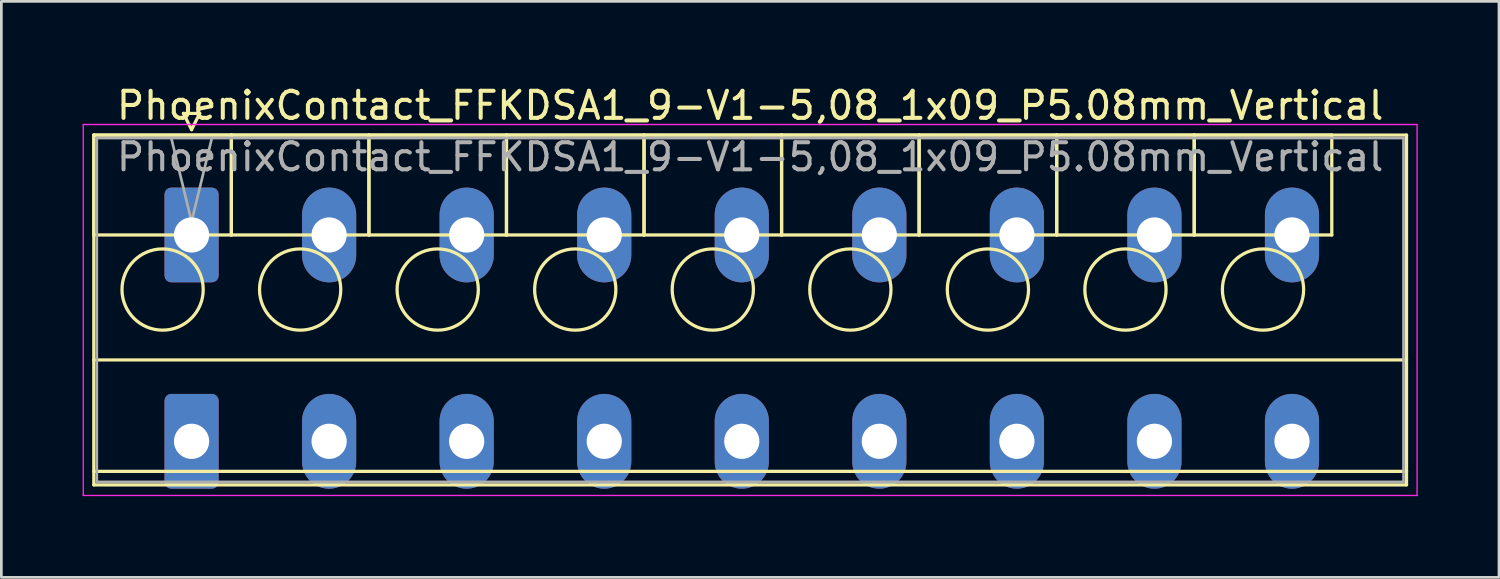
<source format=kicad_pcb>
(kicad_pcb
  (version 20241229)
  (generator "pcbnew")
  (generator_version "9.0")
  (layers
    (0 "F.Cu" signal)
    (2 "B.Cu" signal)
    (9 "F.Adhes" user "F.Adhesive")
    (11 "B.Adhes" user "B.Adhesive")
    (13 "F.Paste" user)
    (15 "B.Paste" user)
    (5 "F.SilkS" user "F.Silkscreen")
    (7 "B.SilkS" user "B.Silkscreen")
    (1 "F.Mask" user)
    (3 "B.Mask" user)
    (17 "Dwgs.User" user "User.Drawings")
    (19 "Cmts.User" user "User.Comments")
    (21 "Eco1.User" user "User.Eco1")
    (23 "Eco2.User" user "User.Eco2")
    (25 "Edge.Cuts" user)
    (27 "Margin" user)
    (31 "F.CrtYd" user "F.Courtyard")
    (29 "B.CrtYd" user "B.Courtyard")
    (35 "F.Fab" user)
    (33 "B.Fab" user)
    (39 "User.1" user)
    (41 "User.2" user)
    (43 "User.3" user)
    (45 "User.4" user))
  (footprint "PhoenixContact_FFKDSA1_9-V1-5,08_1x09_P5.08mm_Vertical"
    (layer "F.Cu")
    (at 4.025 5.628)
    (property "Reference" "PhoenixContact_FFKDSA1_9-V1-5,08_1x09_P5.08mm_Vertical" (at 20.63 -4.78 0) (layer "F.SilkS") (effects (font (size 1 1) (thickness 0.15))))
    (attr through_hole)
    (fp_line (start -3.61 -3.69) (end -3.61 0) (stroke (width 0.12) (type solid)) (layer "F.SilkS"))
    (fp_line (start -3.61 -3.69) (end -3.61 9.23) (stroke (width 0.12) (type solid)) (layer "F.SilkS"))
    (fp_line (start -3.61 0) (end 1.47 0) (stroke (width 0.12) (type solid)) (layer "F.SilkS"))
    (fp_line (start -3.61 4.615) (end 44.87 4.615) (stroke (width 0.12) (type solid)) (layer "F.SilkS"))
    (fp_line (start -3.61 8.73) (end 44.87 8.73) (stroke (width 0.12) (type solid)) (layer "F.SilkS"))
    (fp_line (start -3.61 9.23) (end 44.87 9.23) (stroke (width 0.12) (type solid)) (layer "F.SilkS"))
    (fp_line (start -0.3 -4.49) (end 0.3 -4.49) (stroke (width 0.12) (type solid)) (layer "F.SilkS"))
    (fp_line (start 0 -3.89) (end -0.3 -4.49) (stroke (width 0.12) (type solid)) (layer "F.SilkS"))
    (fp_line (start 0.3 -4.49) (end 0 -3.89) (stroke (width 0.12) (type solid)) (layer "F.SilkS"))
    (fp_line (start 1.47 -3.69) (end -3.61 -3.69) (stroke (width 0.12) (type solid)) (layer "F.SilkS"))
    (fp_line (start 1.47 -3.69) (end 1.47 0) (stroke (width 0.12) (type solid)) (layer "F.SilkS"))
    (fp_line (start 1.47 0) (end 1.47 -3.69) (stroke (width 0.12) (type solid)) (layer "F.SilkS"))
    (fp_line (start 1.47 0) (end 6.55 0) (stroke (width 0.12) (type solid)) (layer "F.SilkS"))
    (fp_line (start 6.55 -3.69) (end 1.47 -3.69) (stroke (width 0.12) (type solid)) (layer "F.SilkS"))
    (fp_line (start 6.55 -3.69) (end 6.55 0) (stroke (width 0.12) (type solid)) (layer "F.SilkS"))
    (fp_line (start 6.55 0) (end 6.55 -3.69) (stroke (width 0.12) (type solid)) (layer "F.SilkS"))
    (fp_line (start 6.55 0) (end 11.63 0) (stroke (width 0.12) (type solid)) (layer "F.SilkS"))
    (fp_line (start 11.63 -3.69) (end 6.55 -3.69) (stroke (width 0.12) (type solid)) (layer "F.SilkS"))
    (fp_line (start 11.63 -3.69) (end 11.63 0) (stroke (width 0.12) (type solid)) (layer "F.SilkS"))
    (fp_line (start 11.63 0) (end 11.63 -3.69) (stroke (width 0.12) (type solid)) (layer "F.SilkS"))
    (fp_line (start 11.63 0) (end 16.71 0) (stroke (width 0.12) (type solid)) (layer "F.SilkS"))
    (fp_line (start 16.71 -3.69) (end 11.63 -3.69) (stroke (width 0.12) (type solid)) (layer "F.SilkS"))
    (fp_line (start 16.71 -3.69) (end 16.71 0) (stroke (width 0.12) (type solid)) (layer "F.SilkS"))
    (fp_line (start 16.71 0) (end 16.71 -3.69) (stroke (width 0.12) (type solid)) (layer "F.SilkS"))
    (fp_line (start 16.71 0) (end 21.79 0) (stroke (width 0.12) (type solid)) (layer "F.SilkS"))
    (fp_line (start 21.79 -3.69) (end 16.71 -3.69) (stroke (width 0.12) (type solid)) (layer "F.SilkS"))
    (fp_line (start 21.79 -3.69) (end 21.79 0) (stroke (width 0.12) (type solid)) (layer "F.SilkS"))
    (fp_line (start 21.79 0) (end 21.79 -3.69) (stroke (width 0.12) (type solid)) (layer "F.SilkS"))
    (fp_line (start 21.79 0) (end 26.87 0) (stroke (width 0.12) (type solid)) (layer "F.SilkS"))
    (fp_line (start 26.87 -3.69) (end 21.79 -3.69) (stroke (width 0.12) (type solid)) (layer "F.SilkS"))
    (fp_line (start 26.87 -3.69) (end 26.87 0) (stroke (width 0.12) (type solid)) (layer "F.SilkS"))
    (fp_line (start 26.87 0) (end 26.87 -3.69) (stroke (width 0.12) (type solid)) (layer "F.SilkS"))
    (fp_line (start 26.87 0) (end 31.95 0) (stroke (width 0.12) (type solid)) (layer "F.SilkS"))
    (fp_line (start 31.95 -3.69) (end 26.87 -3.69) (stroke (width 0.12) (type solid)) (layer "F.SilkS"))
    (fp_line (start 31.95 -3.69) (end 31.95 0) (stroke (width 0.12) (type solid)) (layer "F.SilkS"))
    (fp_line (start 31.95 0) (end 31.95 -3.69) (stroke (width 0.12) (type solid)) (layer "F.SilkS"))
    (fp_line (start 31.95 0) (end 37.03 0) (stroke (width 0.12) (type solid)) (layer "F.SilkS"))
    (fp_line (start 37.03 -3.69) (end 31.95 -3.69) (stroke (width 0.12) (type solid)) (layer "F.SilkS"))
    (fp_line (start 37.03 -3.69) (end 37.03 0) (stroke (width 0.12) (type solid)) (layer "F.SilkS"))
    (fp_line (start 37.03 0) (end 37.03 -3.69) (stroke (width 0.12) (type solid)) (layer "F.SilkS"))
    (fp_line (start 37.03 0) (end 42.11 0) (stroke (width 0.12) (type solid)) (layer "F.SilkS"))
    (fp_line (start 42.11 -3.69) (end 37.03 -3.69) (stroke (width 0.12) (type solid)) (layer "F.SilkS"))
    (fp_line (start 42.11 0) (end 42.11 -3.69) (stroke (width 0.12) (type solid)) (layer "F.SilkS"))
    (fp_line (start 44.87 -3.69) (end -3.61 -3.69) (stroke (width 0.12) (type solid)) (layer "F.SilkS"))
    (fp_line (start 44.87 9.23) (end 44.87 -3.69) (stroke (width 0.12) (type solid)) (layer "F.SilkS"))
    (fp_circle (center -1.07 2.015) (end 0.43 2.015) (stroke (width 0.12) (type solid)) (fill no) (layer "F.SilkS"))
    (fp_circle (center 4.01 2.015) (end 5.51 2.015) (stroke (width 0.12) (type solid)) (fill no) (layer "F.SilkS"))
    (fp_circle (center 9.09 2.015) (end 10.59 2.015) (stroke (width 0.12) (type solid)) (fill no) (layer "F.SilkS"))
    (fp_circle (center 14.17 2.015) (end 15.67 2.015) (stroke (width 0.12) (type solid)) (fill no) (layer "F.SilkS"))
    (fp_circle (center 19.25 2.015) (end 20.75 2.015) (stroke (width 0.12) (type solid)) (fill no) (layer "F.SilkS"))
    (fp_circle (center 24.33 2.015) (end 25.83 2.015) (stroke (width 0.12) (type solid)) (fill no) (layer "F.SilkS"))
    (fp_circle (center 29.41 2.015) (end 30.91 2.015) (stroke (width 0.12) (type solid)) (fill no) (layer "F.SilkS"))
    (fp_circle (center 34.49 2.015) (end 35.99 2.015) (stroke (width 0.12) (type solid)) (fill no) (layer "F.SilkS"))
    (fp_circle (center 39.57 2.015) (end 41.07 2.015) (stroke (width 0.12) (type solid)) (fill no) (layer "F.SilkS"))
    (fp_line (start -4 -4.08) (end -4 9.62) (stroke (width 0.05) (type solid)) (layer "F.CrtYd"))
    (fp_line (start -4 9.62) (end 45.26 9.62) (stroke (width 0.05) (type solid)) (layer "F.CrtYd"))
    (fp_line (start 45.26 -4.08) (end -4 -4.08) (stroke (width 0.05) (type solid)) (layer "F.CrtYd"))
    (fp_line (start 45.26 9.62) (end 45.26 -4.08) (stroke (width 0.05) (type solid)) (layer "F.CrtYd"))
    (fp_line (start -3.5 -3.58) (end -3.5 9.12) (stroke (width 0.1) (type solid)) (layer "F.Fab"))
    (fp_line (start -3.5 9.12) (end 44.76 9.12) (stroke (width 0.1) (type solid)) (layer "F.Fab"))
    (fp_line (start 0 -0.5) (end -0.75 -3.58) (stroke (width 0.1) (type solid)) (layer "F.Fab"))
    (fp_line (start 0.75 -3.58) (end 0 -0.5) (stroke (width 0.1) (type solid)) (layer "F.Fab"))
    (fp_line (start 44.76 -3.58) (end -3.5 -3.58) (stroke (width 0.1) (type solid)) (layer "F.Fab"))
    (fp_line (start 44.76 9.12) (end 44.76 -3.58) (stroke (width 0.1) (type solid)) (layer "F.Fab"))
    (fp_text user "${REFERENCE}" (at 20.63 -2.88 0) (layer "F.Fab") (effects (font (size 1 1) (thickness 0.15))))
    (pad "1" thru_hole roundrect (at 0 0) (size 2 3.5) (drill 1.3) (layers "*.Cu" "*.Mask") (roundrect_rratio 0.125))
    (pad "1" thru_hole roundrect (at 0 7.62) (size 2 3.5) (drill 1.3) (layers "*.Cu" "*.Mask") (roundrect_rratio 0.125))
    (pad "2" thru_hole oval (at 5.08 0) (size 2 3.5) (drill 1.3) (layers "*.Cu" "*.Mask"))
    (pad "2" thru_hole oval (at 5.08 7.62) (size 2 3.5) (drill 1.3) (layers "*.Cu" "*.Mask"))
    (pad "3" thru_hole oval (at 10.16 0) (size 2 3.5) (drill 1.3) (layers "*.Cu" "*.Mask"))
    (pad "3" thru_hole oval (at 10.16 7.62) (size 2 3.5) (drill 1.3) (layers "*.Cu" "*.Mask"))
    (pad "4" thru_hole oval (at 15.24 0) (size 2 3.5) (drill 1.3) (layers "*.Cu" "*.Mask"))
    (pad "4" thru_hole oval (at 15.24 7.62) (size 2 3.5) (drill 1.3) (layers "*.Cu" "*.Mask"))
    (pad "5" thru_hole oval (at 20.32 0) (size 2 3.5) (drill 1.3) (layers "*.Cu" "*.Mask"))
    (pad "5" thru_hole oval (at 20.32 7.62) (size 2 3.5) (drill 1.3) (layers "*.Cu" "*.Mask"))
    (pad "6" thru_hole oval (at 25.4 0) (size 2 3.5) (drill 1.3) (layers "*.Cu" "*.Mask"))
    (pad "6" thru_hole oval (at 25.4 7.62) (size 2 3.5) (drill 1.3) (layers "*.Cu" "*.Mask"))
    (pad "7" thru_hole oval (at 30.48 0) (size 2 3.5) (drill 1.3) (layers "*.Cu" "*.Mask"))
    (pad "7" thru_hole oval (at 30.48 7.62) (size 2 3.5) (drill 1.3) (layers "*.Cu" "*.Mask"))
    (pad "8" thru_hole oval (at 35.56 0) (size 2 3.5) (drill 1.3) (layers "*.Cu" "*.Mask"))
    (pad "8" thru_hole oval (at 35.56 7.62) (size 2 3.5) (drill 1.3) (layers "*.Cu" "*.Mask"))
    (pad "9" thru_hole oval (at 40.64 0) (size 2 3.5) (drill 1.3) (layers "*.Cu" "*.Mask"))
    (pad "9" thru_hole oval (at 40.64 7.62) (size 2 3.5) (drill 1.3) (layers "*.Cu" "*.Mask")))
  (gr_rect
    (start -3 -3)
    (end 52.31 18.273)
    (stroke (width 0.1) (type default))
    (fill no)
    (layer "Edge.Cuts")))
</source>
